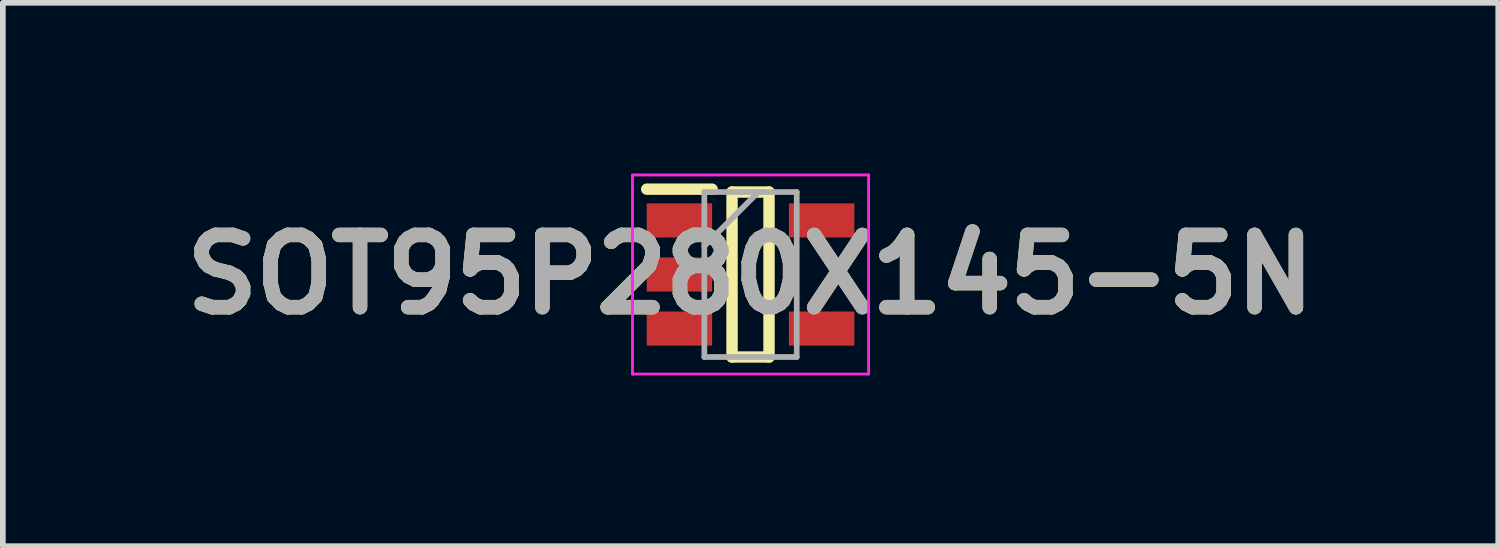
<source format=kicad_pcb>
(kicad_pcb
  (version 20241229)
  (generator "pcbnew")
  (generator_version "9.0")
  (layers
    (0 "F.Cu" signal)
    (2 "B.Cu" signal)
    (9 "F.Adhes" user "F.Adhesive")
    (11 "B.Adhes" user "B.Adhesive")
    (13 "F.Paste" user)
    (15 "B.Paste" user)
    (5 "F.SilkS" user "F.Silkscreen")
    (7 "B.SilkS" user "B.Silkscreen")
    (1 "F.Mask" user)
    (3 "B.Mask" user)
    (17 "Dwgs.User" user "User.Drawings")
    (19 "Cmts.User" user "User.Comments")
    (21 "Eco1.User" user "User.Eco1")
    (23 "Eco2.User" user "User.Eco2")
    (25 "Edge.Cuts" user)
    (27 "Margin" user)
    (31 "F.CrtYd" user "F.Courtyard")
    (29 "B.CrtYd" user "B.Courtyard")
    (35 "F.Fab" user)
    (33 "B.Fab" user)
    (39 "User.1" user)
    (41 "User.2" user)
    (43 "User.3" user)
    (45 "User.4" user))
  (footprint "SOT95P280X145-5N"
    (layer "F.Cu")
    (at 10.142 1.775)
    (property "Reference" "SOT95P280X145-5N" (at 0 0 0) (layer "F.SilkS") (effects (font (size 1.27 1.27) (thickness 0.254))))
    (attr smd)
    (fp_line (start -1.825 -1.5) (end -0.675 -1.5) (stroke (width 0.2) (type solid)) (layer "F.SilkS"))
    (fp_line (start -0.325 -1.45) (end 0.325 -1.45) (stroke (width 0.2) (type solid)) (layer "F.SilkS"))
    (fp_line (start -0.325 1.45) (end -0.325 -1.45) (stroke (width 0.2) (type solid)) (layer "F.SilkS"))
    (fp_line (start 0.325 -1.45) (end 0.325 1.45) (stroke (width 0.2) (type solid)) (layer "F.SilkS"))
    (fp_line (start 0.325 1.45) (end -0.325 1.45) (stroke (width 0.2) (type solid)) (layer "F.SilkS"))
    (fp_line (start -2.075 -1.75) (end 2.075 -1.75) (stroke (width 0.05) (type solid)) (layer "F.CrtYd"))
    (fp_line (start -2.075 1.75) (end -2.075 -1.75) (stroke (width 0.05) (type solid)) (layer "F.CrtYd"))
    (fp_line (start 2.075 -1.75) (end 2.075 1.75) (stroke (width 0.05) (type solid)) (layer "F.CrtYd"))
    (fp_line (start 2.075 1.75) (end -2.075 1.75) (stroke (width 0.05) (type solid)) (layer "F.CrtYd"))
    (fp_line (start -0.812 -1.45) (end 0.812 -1.45) (stroke (width 0.1) (type solid)) (layer "F.Fab"))
    (fp_line (start -0.812 -0.5) (end 0.138 -1.45) (stroke (width 0.1) (type solid)) (layer "F.Fab"))
    (fp_line (start -0.812 1.45) (end -0.812 -1.45) (stroke (width 0.1) (type solid)) (layer "F.Fab"))
    (fp_line (start 0.812 -1.45) (end 0.812 1.45) (stroke (width 0.1) (type solid)) (layer "F.Fab"))
    (fp_line (start 0.812 1.45) (end -0.812 1.45) (stroke (width 0.1) (type solid)) (layer "F.Fab"))
    (fp_text user "${REFERENCE}" (at 0 0 0) (layer "F.Fab") (effects (font (size 1.27 1.27) (thickness 0.254))))
    (pad "1" smd rect (at -1.25 -0.95 90) (size 0.6 1.15) (layers "F.Cu" "F.Mask" "F.Paste"))
    (pad "2" smd rect (at -1.25 0 90) (size 0.6 1.15) (layers "F.Cu" "F.Mask" "F.Paste"))
    (pad "3" smd rect (at -1.25 0.95 90) (size 0.6 1.15) (layers "F.Cu" "F.Mask" "F.Paste"))
    (pad "4" smd rect (at 1.25 0.95 90) (size 0.6 1.15) (layers "F.Cu" "F.Mask" "F.Paste"))
    (pad "5" smd rect (at 1.25 -0.95 90) (size 0.6 1.15) (layers "F.Cu" "F.Mask" "F.Paste")))
  (gr_rect
    (start -3 -3)
    (end 23.284 6.55)
    (stroke (width 0.1) (type default))
    (fill no)
    (layer "Edge.Cuts")))
</source>
